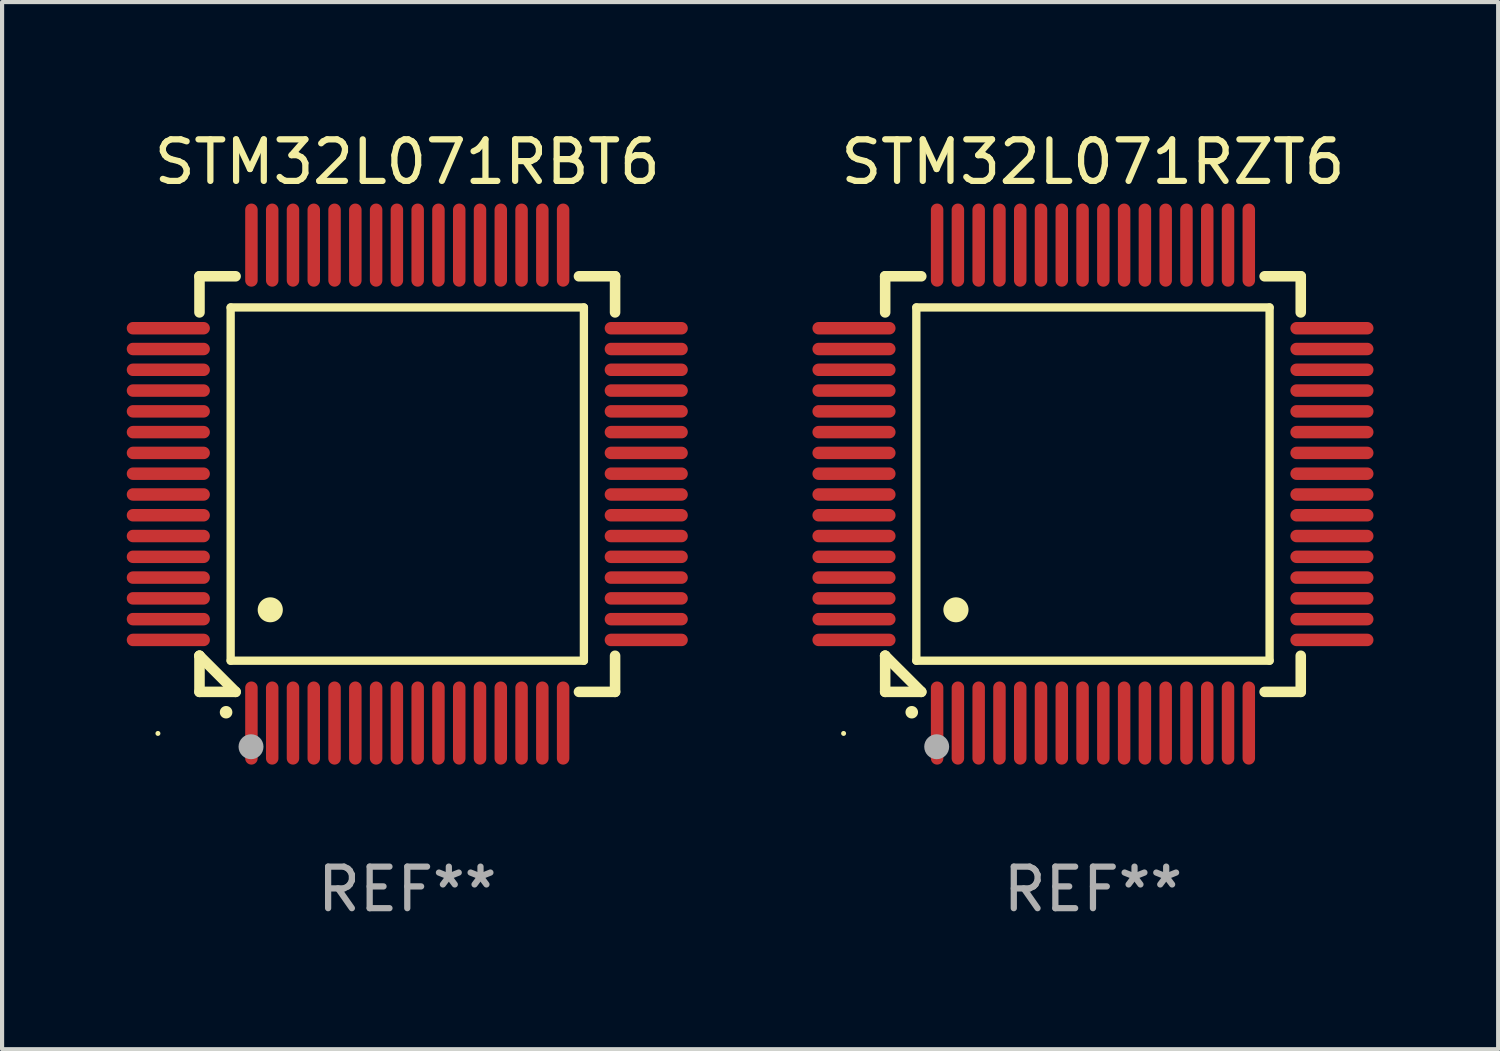
<source format=kicad_pcb>
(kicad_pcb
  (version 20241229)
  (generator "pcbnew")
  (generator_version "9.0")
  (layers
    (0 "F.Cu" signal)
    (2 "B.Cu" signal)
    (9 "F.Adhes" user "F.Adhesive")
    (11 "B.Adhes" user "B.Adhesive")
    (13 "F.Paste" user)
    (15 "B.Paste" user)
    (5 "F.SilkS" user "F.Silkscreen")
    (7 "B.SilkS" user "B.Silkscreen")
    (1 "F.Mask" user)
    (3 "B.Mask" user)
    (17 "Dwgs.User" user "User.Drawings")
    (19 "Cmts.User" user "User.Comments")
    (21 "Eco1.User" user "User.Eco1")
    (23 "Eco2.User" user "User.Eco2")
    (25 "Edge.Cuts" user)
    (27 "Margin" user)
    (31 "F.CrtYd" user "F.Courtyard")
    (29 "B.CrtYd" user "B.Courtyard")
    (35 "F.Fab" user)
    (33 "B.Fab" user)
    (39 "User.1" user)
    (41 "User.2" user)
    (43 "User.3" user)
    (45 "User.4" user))
  (footprint "STM32L071RZT6"
    (layer "F.Cu")
    (at 23.249 8.598)
    (property "Reference" "STM32L071RZT6" (at 0 -7.75 0) (layer "F.SilkS") (effects (font (size 1 1) (thickness 0.15))))
    (attr through_hole)
    (fp_line (start -5 -5) (end -4.131 -5) (stroke (width 0.254) (type solid)) (layer "F.SilkS"))
    (fp_line (start -5 -4.131) (end -5 -5) (stroke (width 0.254) (type solid)) (layer "F.SilkS"))
    (fp_line (start -5 4.131) (end -5 4.131) (stroke (width 0.254) (type solid)) (layer "F.SilkS"))
    (fp_line (start -5 5) (end -5 4.131) (stroke (width 0.254) (type solid)) (layer "F.SilkS"))
    (fp_line (start -5 4.131) (end -4.131 5) (stroke (width 0.254) (type solid)) (layer "F.SilkS"))
    (fp_line (start -4.25 -4.25) (end -4.25 4.25) (stroke (width 0.2) (type solid)) (layer "F.SilkS"))
    (fp_line (start -4.25 4.25) (end 4.25 4.25) (stroke (width 0.2) (type solid)) (layer "F.SilkS"))
    (fp_line (start -4.131 5) (end -5 5) (stroke (width 0.254) (type solid)) (layer "F.SilkS"))
    (fp_line (start 4.25 -4.25) (end -4.25 -4.25) (stroke (width 0.2) (type solid)) (layer "F.SilkS"))
    (fp_line (start 4.25 4.25) (end 4.25 -4.25) (stroke (width 0.2) (type solid)) (layer "F.SilkS"))
    (fp_line (start 5 -5) (end 4.131 -5) (stroke (width 0.254) (type solid)) (layer "F.SilkS"))
    (fp_line (start 5 -5) (end 5 -4.131) (stroke (width 0.254) (type solid)) (layer "F.SilkS"))
    (fp_line (start 5 4.131) (end 5 5) (stroke (width 0.254) (type solid)) (layer "F.SilkS"))
    (fp_line (start 5 5) (end 4.131 5) (stroke (width 0.254) (type solid)) (layer "F.SilkS"))
    (fp_arc (start -4.361265 5.489992) (mid -4.359995 5.489987) (end -4.358725 5.489992) (stroke (width 0.3) (type solid)) (layer "F.SilkS"))
    (fp_arc (start -3.299467 3.025146) (mid -3.296927 3.025135) (end -3.294387 3.025146) (stroke (width 0.6) (type solid)) (layer "F.SilkS"))
    (fp_circle (center -6 6) (end -5.97 6) (stroke (width 0.06) (type solid)) (fill no) (layer "F.SilkS"))
    (fp_circle (center -3.76 6.32) (end -3.61 6.32) (stroke (width 0.3) (type solid)) (fill no) (layer "F.Fab"))
    (fp_text user "REF**" (at 0 9.75 0) (layer "F.Fab") (effects (font (size 1 1) (thickness 0.15))))
    (pad "1" smd oval (at -3.75 5.75) (size 0.3 2) (layers "F.Cu" "F.Mask" "F.Paste"))
    (pad "2" smd oval (at -3.25 5.75) (size 0.3 2) (layers "F.Cu" "F.Mask" "F.Paste"))
    (pad "3" smd oval (at -2.75 5.75) (size 0.3 2) (layers "F.Cu" "F.Mask" "F.Paste"))
    (pad "4" smd oval (at -2.25 5.75) (size 0.3 2) (layers "F.Cu" "F.Mask" "F.Paste"))
    (pad "5" smd oval (at -1.75 5.75) (size 0.3 2) (layers "F.Cu" "F.Mask" "F.Paste"))
    (pad "6" smd oval (at -1.25 5.75) (size 0.3 2) (layers "F.Cu" "F.Mask" "F.Paste"))
    (pad "7" smd oval (at -0.75 5.75) (size 0.3 2) (layers "F.Cu" "F.Mask" "F.Paste"))
    (pad "8" smd oval (at -0.25 5.75) (size 0.3 2) (layers "F.Cu" "F.Mask" "F.Paste"))
    (pad "9" smd oval (at 0.25 5.75) (size 0.3 2) (layers "F.Cu" "F.Mask" "F.Paste"))
    (pad "10" smd oval (at 0.75 5.75) (size 0.3 2) (layers "F.Cu" "F.Mask" "F.Paste"))
    (pad "11" smd oval (at 1.25 5.75) (size 0.3 2) (layers "F.Cu" "F.Mask" "F.Paste"))
    (pad "12" smd oval (at 1.75 5.75) (size 0.3 2) (layers "F.Cu" "F.Mask" "F.Paste"))
    (pad "13" smd oval (at 2.25 5.75) (size 0.3 2) (layers "F.Cu" "F.Mask" "F.Paste"))
    (pad "14" smd oval (at 2.75 5.75) (size 0.3 2) (layers "F.Cu" "F.Mask" "F.Paste"))
    (pad "15" smd oval (at 3.25 5.75) (size 0.3 2) (layers "F.Cu" "F.Mask" "F.Paste"))
    (pad "16" smd oval (at 3.75 5.75) (size 0.3 2) (layers "F.Cu" "F.Mask" "F.Paste"))
    (pad "17" smd oval (at 5.75 3.75) (size 2 0.3) (layers "F.Cu" "F.Mask" "F.Paste"))
    (pad "18" smd oval (at 5.75 3.25) (size 2 0.3) (layers "F.Cu" "F.Mask" "F.Paste"))
    (pad "19" smd oval (at 5.75 2.75) (size 2 0.3) (layers "F.Cu" "F.Mask" "F.Paste"))
    (pad "20" smd oval (at 5.75 2.25) (size 2 0.3) (layers "F.Cu" "F.Mask" "F.Paste"))
    (pad "21" smd oval (at 5.75 1.75) (size 2 0.3) (layers "F.Cu" "F.Mask" "F.Paste"))
    (pad "22" smd oval (at 5.75 1.25) (size 2 0.3) (layers "F.Cu" "F.Mask" "F.Paste"))
    (pad "23" smd oval (at 5.75 0.75) (size 2 0.3) (layers "F.Cu" "F.Mask" "F.Paste"))
    (pad "24" smd oval (at 5.75 0.25) (size 2 0.3) (layers "F.Cu" "F.Mask" "F.Paste"))
    (pad "25" smd oval (at 5.75 -0.25) (size 2 0.3) (layers "F.Cu" "F.Mask" "F.Paste"))
    (pad "26" smd oval (at 5.75 -0.75) (size 2 0.3) (layers "F.Cu" "F.Mask" "F.Paste"))
    (pad "27" smd oval (at 5.75 -1.25) (size 2 0.3) (layers "F.Cu" "F.Mask" "F.Paste"))
    (pad "28" smd oval (at 5.75 -1.75) (size 2 0.3) (layers "F.Cu" "F.Mask" "F.Paste"))
    (pad "29" smd oval (at 5.75 -2.25) (size 2 0.3) (layers "F.Cu" "F.Mask" "F.Paste"))
    (pad "30" smd oval (at 5.75 -2.75) (size 2 0.3) (layers "F.Cu" "F.Mask" "F.Paste"))
    (pad "31" smd oval (at 5.75 -3.25) (size 2 0.3) (layers "F.Cu" "F.Mask" "F.Paste"))
    (pad "32" smd oval (at 5.75 -3.75) (size 2 0.3) (layers "F.Cu" "F.Mask" "F.Paste"))
    (pad "33" smd oval (at 3.75 -5.75) (size 0.3 2) (layers "F.Cu" "F.Mask" "F.Paste"))
    (pad "34" smd oval (at 3.25 -5.75) (size 0.3 2) (layers "F.Cu" "F.Mask" "F.Paste"))
    (pad "35" smd oval (at 2.75 -5.75) (size 0.3 2) (layers "F.Cu" "F.Mask" "F.Paste"))
    (pad "36" smd oval (at 2.25 -5.75) (size 0.3 2) (layers "F.Cu" "F.Mask" "F.Paste"))
    (pad "37" smd oval (at 1.75 -5.75) (size 0.3 2) (layers "F.Cu" "F.Mask" "F.Paste"))
    (pad "38" smd oval (at 1.25 -5.75) (size 0.3 2) (layers "F.Cu" "F.Mask" "F.Paste"))
    (pad "39" smd oval (at 0.75 -5.75) (size 0.3 2) (layers "F.Cu" "F.Mask" "F.Paste"))
    (pad "40" smd oval (at 0.25 -5.75) (size 0.3 2) (layers "F.Cu" "F.Mask" "F.Paste"))
    (pad "41" smd oval (at -0.25 -5.75) (size 0.3 2) (layers "F.Cu" "F.Mask" "F.Paste"))
    (pad "42" smd oval (at -0.75 -5.75) (size 0.3 2) (layers "F.Cu" "F.Mask" "F.Paste"))
    (pad "43" smd oval (at -1.25 -5.75) (size 0.3 2) (layers "F.Cu" "F.Mask" "F.Paste"))
    (pad "44" smd oval (at -1.75 -5.75) (size 0.3 2) (layers "F.Cu" "F.Mask" "F.Paste"))
    (pad "45" smd oval (at -2.25 -5.75) (size 0.3 2) (layers "F.Cu" "F.Mask" "F.Paste"))
    (pad "46" smd oval (at -2.75 -5.75) (size 0.3 2) (layers "F.Cu" "F.Mask" "F.Paste"))
    (pad "47" smd oval (at -3.25 -5.75) (size 0.3 2) (layers "F.Cu" "F.Mask" "F.Paste"))
    (pad "48" smd oval (at -3.75 -5.75) (size 0.3 2) (layers "F.Cu" "F.Mask" "F.Paste"))
    (pad "49" smd oval (at -5.75 -3.75) (size 2 0.3) (layers "F.Cu" "F.Mask" "F.Paste"))
    (pad "50" smd oval (at -5.75 -3.25) (size 2 0.3) (layers "F.Cu" "F.Mask" "F.Paste"))
    (pad "51" smd oval (at -5.75 -2.75) (size 2 0.3) (layers "F.Cu" "F.Mask" "F.Paste"))
    (pad "52" smd oval (at -5.75 -2.25) (size 2 0.3) (layers "F.Cu" "F.Mask" "F.Paste"))
    (pad "53" smd oval (at -5.75 -1.75) (size 2 0.3) (layers "F.Cu" "F.Mask" "F.Paste"))
    (pad "54" smd oval (at -5.75 -1.25) (size 2 0.3) (layers "F.Cu" "F.Mask" "F.Paste"))
    (pad "55" smd oval (at -5.75 -0.75) (size 2 0.3) (layers "F.Cu" "F.Mask" "F.Paste"))
    (pad "56" smd oval (at -5.75 -0.25) (size 2 0.3) (layers "F.Cu" "F.Mask" "F.Paste"))
    (pad "57" smd oval (at -5.75 0.25) (size 2 0.3) (layers "F.Cu" "F.Mask" "F.Paste"))
    (pad "58" smd oval (at -5.75 0.75) (size 2 0.3) (layers "F.Cu" "F.Mask" "F.Paste"))
    (pad "59" smd oval (at -5.75 1.25) (size 2 0.3) (layers "F.Cu" "F.Mask" "F.Paste"))
    (pad "60" smd oval (at -5.75 1.75) (size 2 0.3) (layers "F.Cu" "F.Mask" "F.Paste"))
    (pad "61" smd oval (at -5.75 2.25) (size 2 0.3) (layers "F.Cu" "F.Mask" "F.Paste"))
    (pad "62" smd oval (at -5.75 2.75) (size 2 0.3) (layers "F.Cu" "F.Mask" "F.Paste"))
    (pad "63" smd oval (at -5.75 3.25) (size 2 0.3) (layers "F.Cu" "F.Mask" "F.Paste"))
    (pad "64" smd oval (at -5.75 3.75) (size 2 0.3) (layers "F.Cu" "F.Mask" "F.Paste")))
  (footprint "STM32L071RBT6"
    (layer "F.Cu")
    (at 6.75 8.598)
    (property "Reference" "STM32L071RBT6" (at 0 -7.75 0) (layer "F.SilkS") (effects (font (size 1 1) (thickness 0.15))))
    (attr through_hole)
    (fp_line (start -5 -5) (end -4.131 -5) (stroke (width 0.254) (type solid)) (layer "F.SilkS"))
    (fp_line (start -5 -4.131) (end -5 -5) (stroke (width 0.254) (type solid)) (layer "F.SilkS"))
    (fp_line (start -5 4.131) (end -5 4.131) (stroke (width 0.254) (type solid)) (layer "F.SilkS"))
    (fp_line (start -5 5) (end -5 4.131) (stroke (width 0.254) (type solid)) (layer "F.SilkS"))
    (fp_line (start -5 4.131) (end -4.131 5) (stroke (width 0.254) (type solid)) (layer "F.SilkS"))
    (fp_line (start -4.25 -4.25) (end -4.25 4.25) (stroke (width 0.2) (type solid)) (layer "F.SilkS"))
    (fp_line (start -4.25 4.25) (end 4.25 4.25) (stroke (width 0.2) (type solid)) (layer "F.SilkS"))
    (fp_line (start -4.131 5) (end -5 5) (stroke (width 0.254) (type solid)) (layer "F.SilkS"))
    (fp_line (start 4.25 -4.25) (end -4.25 -4.25) (stroke (width 0.2) (type solid)) (layer "F.SilkS"))
    (fp_line (start 4.25 4.25) (end 4.25 -4.25) (stroke (width 0.2) (type solid)) (layer "F.SilkS"))
    (fp_line (start 5 -5) (end 4.131 -5) (stroke (width 0.254) (type solid)) (layer "F.SilkS"))
    (fp_line (start 5 -5) (end 5 -4.131) (stroke (width 0.254) (type solid)) (layer "F.SilkS"))
    (fp_line (start 5 4.131) (end 5 5) (stroke (width 0.254) (type solid)) (layer "F.SilkS"))
    (fp_line (start 5 5) (end 4.131 5) (stroke (width 0.254) (type solid)) (layer "F.SilkS"))
    (fp_arc (start -4.361265 5.489992) (mid -4.359995 5.489987) (end -4.358725 5.489992) (stroke (width 0.3) (type solid)) (layer "F.SilkS"))
    (fp_arc (start -3.299467 3.025146) (mid -3.296927 3.025135) (end -3.294387 3.025146) (stroke (width 0.6) (type solid)) (layer "F.SilkS"))
    (fp_circle (center -6 6) (end -5.97 6) (stroke (width 0.06) (type solid)) (fill no) (layer "F.SilkS"))
    (fp_circle (center -3.76 6.32) (end -3.61 6.32) (stroke (width 0.3) (type solid)) (fill no) (layer "F.Fab"))
    (fp_text user "REF**" (at 0 9.75 0) (layer "F.Fab") (effects (font (size 1 1) (thickness 0.15))))
    (pad "1" smd oval (at -3.75 5.75) (size 0.3 2) (layers "F.Cu" "F.Mask" "F.Paste"))
    (pad "2" smd oval (at -3.25 5.75) (size 0.3 2) (layers "F.Cu" "F.Mask" "F.Paste"))
    (pad "3" smd oval (at -2.75 5.75) (size 0.3 2) (layers "F.Cu" "F.Mask" "F.Paste"))
    (pad "4" smd oval (at -2.25 5.75) (size 0.3 2) (layers "F.Cu" "F.Mask" "F.Paste"))
    (pad "5" smd oval (at -1.75 5.75) (size 0.3 2) (layers "F.Cu" "F.Mask" "F.Paste"))
    (pad "6" smd oval (at -1.25 5.75) (size 0.3 2) (layers "F.Cu" "F.Mask" "F.Paste"))
    (pad "7" smd oval (at -0.75 5.75) (size 0.3 2) (layers "F.Cu" "F.Mask" "F.Paste"))
    (pad "8" smd oval (at -0.25 5.75) (size 0.3 2) (layers "F.Cu" "F.Mask" "F.Paste"))
    (pad "9" smd oval (at 0.25 5.75) (size 0.3 2) (layers "F.Cu" "F.Mask" "F.Paste"))
    (pad "10" smd oval (at 0.75 5.75) (size 0.3 2) (layers "F.Cu" "F.Mask" "F.Paste"))
    (pad "11" smd oval (at 1.25 5.75) (size 0.3 2) (layers "F.Cu" "F.Mask" "F.Paste"))
    (pad "12" smd oval (at 1.75 5.75) (size 0.3 2) (layers "F.Cu" "F.Mask" "F.Paste"))
    (pad "13" smd oval (at 2.25 5.75) (size 0.3 2) (layers "F.Cu" "F.Mask" "F.Paste"))
    (pad "14" smd oval (at 2.75 5.75) (size 0.3 2) (layers "F.Cu" "F.Mask" "F.Paste"))
    (pad "15" smd oval (at 3.25 5.75) (size 0.3 2) (layers "F.Cu" "F.Mask" "F.Paste"))
    (pad "16" smd oval (at 3.75 5.75) (size 0.3 2) (layers "F.Cu" "F.Mask" "F.Paste"))
    (pad "17" smd oval (at 5.75 3.75) (size 2 0.3) (layers "F.Cu" "F.Mask" "F.Paste"))
    (pad "18" smd oval (at 5.75 3.25) (size 2 0.3) (layers "F.Cu" "F.Mask" "F.Paste"))
    (pad "19" smd oval (at 5.75 2.75) (size 2 0.3) (layers "F.Cu" "F.Mask" "F.Paste"))
    (pad "20" smd oval (at 5.75 2.25) (size 2 0.3) (layers "F.Cu" "F.Mask" "F.Paste"))
    (pad "21" smd oval (at 5.75 1.75) (size 2 0.3) (layers "F.Cu" "F.Mask" "F.Paste"))
    (pad "22" smd oval (at 5.75 1.25) (size 2 0.3) (layers "F.Cu" "F.Mask" "F.Paste"))
    (pad "23" smd oval (at 5.75 0.75) (size 2 0.3) (layers "F.Cu" "F.Mask" "F.Paste"))
    (pad "24" smd oval (at 5.75 0.25) (size 2 0.3) (layers "F.Cu" "F.Mask" "F.Paste"))
    (pad "25" smd oval (at 5.75 -0.25) (size 2 0.3) (layers "F.Cu" "F.Mask" "F.Paste"))
    (pad "26" smd oval (at 5.75 -0.75) (size 2 0.3) (layers "F.Cu" "F.Mask" "F.Paste"))
    (pad "27" smd oval (at 5.75 -1.25) (size 2 0.3) (layers "F.Cu" "F.Mask" "F.Paste"))
    (pad "28" smd oval (at 5.75 -1.75) (size 2 0.3) (layers "F.Cu" "F.Mask" "F.Paste"))
    (pad "29" smd oval (at 5.75 -2.25) (size 2 0.3) (layers "F.Cu" "F.Mask" "F.Paste"))
    (pad "30" smd oval (at 5.75 -2.75) (size 2 0.3) (layers "F.Cu" "F.Mask" "F.Paste"))
    (pad "31" smd oval (at 5.75 -3.25) (size 2 0.3) (layers "F.Cu" "F.Mask" "F.Paste"))
    (pad "32" smd oval (at 5.75 -3.75) (size 2 0.3) (layers "F.Cu" "F.Mask" "F.Paste"))
    (pad "33" smd oval (at 3.75 -5.75) (size 0.3 2) (layers "F.Cu" "F.Mask" "F.Paste"))
    (pad "34" smd oval (at 3.25 -5.75) (size 0.3 2) (layers "F.Cu" "F.Mask" "F.Paste"))
    (pad "35" smd oval (at 2.75 -5.75) (size 0.3 2) (layers "F.Cu" "F.Mask" "F.Paste"))
    (pad "36" smd oval (at 2.25 -5.75) (size 0.3 2) (layers "F.Cu" "F.Mask" "F.Paste"))
    (pad "37" smd oval (at 1.75 -5.75) (size 0.3 2) (layers "F.Cu" "F.Mask" "F.Paste"))
    (pad "38" smd oval (at 1.25 -5.75) (size 0.3 2) (layers "F.Cu" "F.Mask" "F.Paste"))
    (pad "39" smd oval (at 0.75 -5.75) (size 0.3 2) (layers "F.Cu" "F.Mask" "F.Paste"))
    (pad "40" smd oval (at 0.25 -5.75) (size 0.3 2) (layers "F.Cu" "F.Mask" "F.Paste"))
    (pad "41" smd oval (at -0.25 -5.75) (size 0.3 2) (layers "F.Cu" "F.Mask" "F.Paste"))
    (pad "42" smd oval (at -0.75 -5.75) (size 0.3 2) (layers "F.Cu" "F.Mask" "F.Paste"))
    (pad "43" smd oval (at -1.25 -5.75) (size 0.3 2) (layers "F.Cu" "F.Mask" "F.Paste"))
    (pad "44" smd oval (at -1.75 -5.75) (size 0.3 2) (layers "F.Cu" "F.Mask" "F.Paste"))
    (pad "45" smd oval (at -2.25 -5.75) (size 0.3 2) (layers "F.Cu" "F.Mask" "F.Paste"))
    (pad "46" smd oval (at -2.75 -5.75) (size 0.3 2) (layers "F.Cu" "F.Mask" "F.Paste"))
    (pad "47" smd oval (at -3.25 -5.75) (size 0.3 2) (layers "F.Cu" "F.Mask" "F.Paste"))
    (pad "48" smd oval (at -3.75 -5.75) (size 0.3 2) (layers "F.Cu" "F.Mask" "F.Paste"))
    (pad "49" smd oval (at -5.75 -3.75) (size 2 0.3) (layers "F.Cu" "F.Mask" "F.Paste"))
    (pad "50" smd oval (at -5.75 -3.25) (size 2 0.3) (layers "F.Cu" "F.Mask" "F.Paste"))
    (pad "51" smd oval (at -5.75 -2.75) (size 2 0.3) (layers "F.Cu" "F.Mask" "F.Paste"))
    (pad "52" smd oval (at -5.75 -2.25) (size 2 0.3) (layers "F.Cu" "F.Mask" "F.Paste"))
    (pad "53" smd oval (at -5.75 -1.75) (size 2 0.3) (layers "F.Cu" "F.Mask" "F.Paste"))
    (pad "54" smd oval (at -5.75 -1.25) (size 2 0.3) (layers "F.Cu" "F.Mask" "F.Paste"))
    (pad "55" smd oval (at -5.75 -0.75) (size 2 0.3) (layers "F.Cu" "F.Mask" "F.Paste"))
    (pad "56" smd oval (at -5.75 -0.25) (size 2 0.3) (layers "F.Cu" "F.Mask" "F.Paste"))
    (pad "57" smd oval (at -5.75 0.25) (size 2 0.3) (layers "F.Cu" "F.Mask" "F.Paste"))
    (pad "58" smd oval (at -5.75 0.75) (size 2 0.3) (layers "F.Cu" "F.Mask" "F.Paste"))
    (pad "59" smd oval (at -5.75 1.25) (size 2 0.3) (layers "F.Cu" "F.Mask" "F.Paste"))
    (pad "60" smd oval (at -5.75 1.75) (size 2 0.3) (layers "F.Cu" "F.Mask" "F.Paste"))
    (pad "61" smd oval (at -5.75 2.25) (size 2 0.3) (layers "F.Cu" "F.Mask" "F.Paste"))
    (pad "62" smd oval (at -5.75 2.75) (size 2 0.3) (layers "F.Cu" "F.Mask" "F.Paste"))
    (pad "63" smd oval (at -5.75 3.25) (size 2 0.3) (layers "F.Cu" "F.Mask" "F.Paste"))
    (pad "64" smd oval (at -5.75 3.75) (size 2 0.3) (layers "F.Cu" "F.Mask" "F.Paste")))
  (gr_rect
    (start -3 -3)
    (end 32.999 22.196)
    (stroke (width 0.1) (type default))
    (fill no)
    (layer "Edge.Cuts")))
</source>
